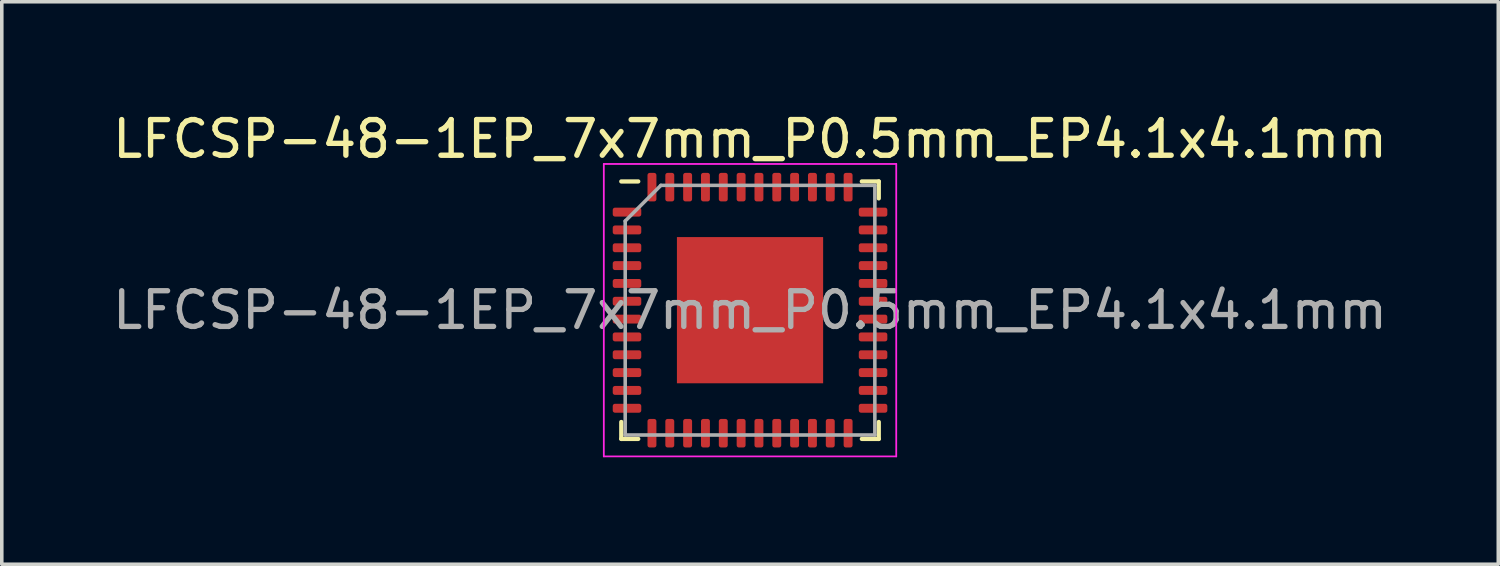
<source format=kicad_pcb>
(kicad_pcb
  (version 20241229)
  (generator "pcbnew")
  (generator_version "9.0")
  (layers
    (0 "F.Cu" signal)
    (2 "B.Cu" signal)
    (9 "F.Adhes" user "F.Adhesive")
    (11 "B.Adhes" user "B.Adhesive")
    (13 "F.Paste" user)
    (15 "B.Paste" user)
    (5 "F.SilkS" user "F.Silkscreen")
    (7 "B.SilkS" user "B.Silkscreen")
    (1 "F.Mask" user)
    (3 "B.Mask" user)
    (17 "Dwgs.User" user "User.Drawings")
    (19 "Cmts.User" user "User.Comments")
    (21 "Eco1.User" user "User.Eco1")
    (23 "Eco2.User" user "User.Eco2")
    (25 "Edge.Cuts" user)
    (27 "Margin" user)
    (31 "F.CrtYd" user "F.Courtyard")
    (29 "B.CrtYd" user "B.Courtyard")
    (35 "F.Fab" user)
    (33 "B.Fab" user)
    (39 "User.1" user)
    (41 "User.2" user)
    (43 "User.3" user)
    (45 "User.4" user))
  (footprint "LFCSP-48-1EP_7x7mm_P0.5mm_EP4.1x4.1mm"
    (layer "F.Cu")
    (at 17.982 5.648)
    (property "Reference" "LFCSP-48-1EP_7x7mm_P0.5mm_EP4.1x4.1mm" (at 0 -4.8 0) (layer "F.SilkS") (effects (font (size 1 1) (thickness 0.15))))
    (attr smd)
    (fp_line (start -3.61 3.61) (end -3.61 3.135) (stroke (width 0.12) (type solid)) (layer "F.SilkS"))
    (fp_line (start -3.135 -3.61) (end -3.61 -3.61) (stroke (width 0.12) (type solid)) (layer "F.SilkS"))
    (fp_line (start -3.135 3.61) (end -3.61 3.61) (stroke (width 0.12) (type solid)) (layer "F.SilkS"))
    (fp_line (start 3.135 -3.61) (end 3.61 -3.61) (stroke (width 0.12) (type solid)) (layer "F.SilkS"))
    (fp_line (start 3.135 3.61) (end 3.61 3.61) (stroke (width 0.12) (type solid)) (layer "F.SilkS"))
    (fp_line (start 3.61 -3.61) (end 3.61 -3.135) (stroke (width 0.12) (type solid)) (layer "F.SilkS"))
    (fp_line (start 3.61 3.61) (end 3.61 3.135) (stroke (width 0.12) (type solid)) (layer "F.SilkS"))
    (fp_line (start -4.1 -4.1) (end -4.1 4.1) (stroke (width 0.05) (type solid)) (layer "F.CrtYd"))
    (fp_line (start -4.1 4.1) (end 4.1 4.1) (stroke (width 0.05) (type solid)) (layer "F.CrtYd"))
    (fp_line (start 4.1 -4.1) (end -4.1 -4.1) (stroke (width 0.05) (type solid)) (layer "F.CrtYd"))
    (fp_line (start 4.1 4.1) (end 4.1 -4.1) (stroke (width 0.05) (type solid)) (layer "F.CrtYd"))
    (fp_line (start -3.5 -2.5) (end -2.5 -3.5) (stroke (width 0.1) (type solid)) (layer "F.Fab"))
    (fp_line (start -3.5 3.5) (end -3.5 -2.5) (stroke (width 0.1) (type solid)) (layer "F.Fab"))
    (fp_line (start -2.5 -3.5) (end 3.5 -3.5) (stroke (width 0.1) (type solid)) (layer "F.Fab"))
    (fp_line (start 3.5 -3.5) (end 3.5 3.5) (stroke (width 0.1) (type solid)) (layer "F.Fab"))
    (fp_line (start 3.5 3.5) (end -3.5 3.5) (stroke (width 0.1) (type solid)) (layer "F.Fab"))
    (fp_text user "${REFERENCE}" (at 0 0 0) (layer "F.Fab") (effects (font (size 1 1) (thickness 0.15))))
    (pad "" smd roundrect (at -1.37 -1.37) (size 1.1 1.1) (layers "F.Paste") (roundrect_rratio 0.227))
    (pad "" smd roundrect (at -1.37 0) (size 1.1 1.1) (layers "F.Paste") (roundrect_rratio 0.227))
    (pad "" smd roundrect (at -1.37 1.37) (size 1.1 1.1) (layers "F.Paste") (roundrect_rratio 0.227))
    (pad "" smd roundrect (at 0 -1.37) (size 1.1 1.1) (layers "F.Paste") (roundrect_rratio 0.227))
    (pad "" smd roundrect (at 0 0) (size 1.1 1.1) (layers "F.Paste") (roundrect_rratio 0.227))
    (pad "" smd roundrect (at 0 1.37) (size 1.1 1.1) (layers "F.Paste") (roundrect_rratio 0.227))
    (pad "" smd roundrect (at 1.37 -1.37) (size 1.1 1.1) (layers "F.Paste") (roundrect_rratio 0.227))
    (pad "" smd roundrect (at 1.37 0) (size 1.1 1.1) (layers "F.Paste") (roundrect_rratio 0.227))
    (pad "" smd roundrect (at 1.37 1.37) (size 1.1 1.1) (layers "F.Paste") (roundrect_rratio 0.227))
    (pad "1" smd roundrect (at -3.45 -2.75) (size 0.8 0.25) (layers "F.Cu" "F.Mask" "F.Paste") (roundrect_rratio 0.25))
    (pad "2" smd roundrect (at -3.45 -2.25) (size 0.8 0.25) (layers "F.Cu" "F.Mask" "F.Paste") (roundrect_rratio 0.25))
    (pad "3" smd roundrect (at -3.45 -1.75) (size 0.8 0.25) (layers "F.Cu" "F.Mask" "F.Paste") (roundrect_rratio 0.25))
    (pad "4" smd roundrect (at -3.45 -1.25) (size 0.8 0.25) (layers "F.Cu" "F.Mask" "F.Paste") (roundrect_rratio 0.25))
    (pad "5" smd roundrect (at -3.45 -0.75) (size 0.8 0.25) (layers "F.Cu" "F.Mask" "F.Paste") (roundrect_rratio 0.25))
    (pad "6" smd roundrect (at -3.45 -0.25) (size 0.8 0.25) (layers "F.Cu" "F.Mask" "F.Paste") (roundrect_rratio 0.25))
    (pad "7" smd roundrect (at -3.45 0.25) (size 0.8 0.25) (layers "F.Cu" "F.Mask" "F.Paste") (roundrect_rratio 0.25))
    (pad "8" smd roundrect (at -3.45 0.75) (size 0.8 0.25) (layers "F.Cu" "F.Mask" "F.Paste") (roundrect_rratio 0.25))
    (pad "9" smd roundrect (at -3.45 1.25) (size 0.8 0.25) (layers "F.Cu" "F.Mask" "F.Paste") (roundrect_rratio 0.25))
    (pad "10" smd roundrect (at -3.45 1.75) (size 0.8 0.25) (layers "F.Cu" "F.Mask" "F.Paste") (roundrect_rratio 0.25))
    (pad "11" smd roundrect (at -3.45 2.25) (size 0.8 0.25) (layers "F.Cu" "F.Mask" "F.Paste") (roundrect_rratio 0.25))
    (pad "12" smd roundrect (at -3.45 2.75) (size 0.8 0.25) (layers "F.Cu" "F.Mask" "F.Paste") (roundrect_rratio 0.25))
    (pad "13" smd roundrect (at -2.75 3.45) (size 0.25 0.8) (layers "F.Cu" "F.Mask" "F.Paste") (roundrect_rratio 0.25))
    (pad "14" smd roundrect (at -2.25 3.45) (size 0.25 0.8) (layers "F.Cu" "F.Mask" "F.Paste") (roundrect_rratio 0.25))
    (pad "15" smd roundrect (at -1.75 3.45) (size 0.25 0.8) (layers "F.Cu" "F.Mask" "F.Paste") (roundrect_rratio 0.25))
    (pad "16" smd roundrect (at -1.25 3.45) (size 0.25 0.8) (layers "F.Cu" "F.Mask" "F.Paste") (roundrect_rratio 0.25))
    (pad "17" smd roundrect (at -0.75 3.45) (size 0.25 0.8) (layers "F.Cu" "F.Mask" "F.Paste") (roundrect_rratio 0.25))
    (pad "18" smd roundrect (at -0.25 3.45) (size 0.25 0.8) (layers "F.Cu" "F.Mask" "F.Paste") (roundrect_rratio 0.25))
    (pad "19" smd roundrect (at 0.25 3.45) (size 0.25 0.8) (layers "F.Cu" "F.Mask" "F.Paste") (roundrect_rratio 0.25))
    (pad "20" smd roundrect (at 0.75 3.45) (size 0.25 0.8) (layers "F.Cu" "F.Mask" "F.Paste") (roundrect_rratio 0.25))
    (pad "21" smd roundrect (at 1.25 3.45) (size 0.25 0.8) (layers "F.Cu" "F.Mask" "F.Paste") (roundrect_rratio 0.25))
    (pad "22" smd roundrect (at 1.75 3.45) (size 0.25 0.8) (layers "F.Cu" "F.Mask" "F.Paste") (roundrect_rratio 0.25))
    (pad "23" smd roundrect (at 2.25 3.45) (size 0.25 0.8) (layers "F.Cu" "F.Mask" "F.Paste") (roundrect_rratio 0.25))
    (pad "24" smd roundrect (at 2.75 3.45) (size 0.25 0.8) (layers "F.Cu" "F.Mask" "F.Paste") (roundrect_rratio 0.25))
    (pad "25" smd roundrect (at 3.45 2.75) (size 0.8 0.25) (layers "F.Cu" "F.Mask" "F.Paste") (roundrect_rratio 0.25))
    (pad "26" smd roundrect (at 3.45 2.25) (size 0.8 0.25) (layers "F.Cu" "F.Mask" "F.Paste") (roundrect_rratio 0.25))
    (pad "27" smd roundrect (at 3.45 1.75) (size 0.8 0.25) (layers "F.Cu" "F.Mask" "F.Paste") (roundrect_rratio 0.25))
    (pad "28" smd roundrect (at 3.45 1.25) (size 0.8 0.25) (layers "F.Cu" "F.Mask" "F.Paste") (roundrect_rratio 0.25))
    (pad "29" smd roundrect (at 3.45 0.75) (size 0.8 0.25) (layers "F.Cu" "F.Mask" "F.Paste") (roundrect_rratio 0.25))
    (pad "30" smd roundrect (at 3.45 0.25) (size 0.8 0.25) (layers "F.Cu" "F.Mask" "F.Paste") (roundrect_rratio 0.25))
    (pad "31" smd roundrect (at 3.45 -0.25) (size 0.8 0.25) (layers "F.Cu" "F.Mask" "F.Paste") (roundrect_rratio 0.25))
    (pad "32" smd roundrect (at 3.45 -0.75) (size 0.8 0.25) (layers "F.Cu" "F.Mask" "F.Paste") (roundrect_rratio 0.25))
    (pad "33" smd roundrect (at 3.45 -1.25) (size 0.8 0.25) (layers "F.Cu" "F.Mask" "F.Paste") (roundrect_rratio 0.25))
    (pad "34" smd roundrect (at 3.45 -1.75) (size 0.8 0.25) (layers "F.Cu" "F.Mask" "F.Paste") (roundrect_rratio 0.25))
    (pad "35" smd roundrect (at 3.45 -2.25) (size 0.8 0.25) (layers "F.Cu" "F.Mask" "F.Paste") (roundrect_rratio 0.25))
    (pad "36" smd roundrect (at 3.45 -2.75) (size 0.8 0.25) (layers "F.Cu" "F.Mask" "F.Paste") (roundrect_rratio 0.25))
    (pad "37" smd roundrect (at 2.75 -3.45) (size 0.25 0.8) (layers "F.Cu" "F.Mask" "F.Paste") (roundrect_rratio 0.25))
    (pad "38" smd roundrect (at 2.25 -3.45) (size 0.25 0.8) (layers "F.Cu" "F.Mask" "F.Paste") (roundrect_rratio 0.25))
    (pad "39" smd roundrect (at 1.75 -3.45) (size 0.25 0.8) (layers "F.Cu" "F.Mask" "F.Paste") (roundrect_rratio 0.25))
    (pad "40" smd roundrect (at 1.25 -3.45) (size 0.25 0.8) (layers "F.Cu" "F.Mask" "F.Paste") (roundrect_rratio 0.25))
    (pad "41" smd roundrect (at 0.75 -3.45) (size 0.25 0.8) (layers "F.Cu" "F.Mask" "F.Paste") (roundrect_rratio 0.25))
    (pad "42" smd roundrect (at 0.25 -3.45) (size 0.25 0.8) (layers "F.Cu" "F.Mask" "F.Paste") (roundrect_rratio 0.25))
    (pad "43" smd roundrect (at -0.25 -3.45) (size 0.25 0.8) (layers "F.Cu" "F.Mask" "F.Paste") (roundrect_rratio 0.25))
    (pad "44" smd roundrect (at -0.75 -3.45) (size 0.25 0.8) (layers "F.Cu" "F.Mask" "F.Paste") (roundrect_rratio 0.25))
    (pad "45" smd roundrect (at -1.25 -3.45) (size 0.25 0.8) (layers "F.Cu" "F.Mask" "F.Paste") (roundrect_rratio 0.25))
    (pad "46" smd roundrect (at -1.75 -3.45) (size 0.25 0.8) (layers "F.Cu" "F.Mask" "F.Paste") (roundrect_rratio 0.25))
    (pad "47" smd roundrect (at -2.25 -3.45) (size 0.25 0.8) (layers "F.Cu" "F.Mask" "F.Paste") (roundrect_rratio 0.25))
    (pad "48" smd roundrect (at -2.75 -3.45) (size 0.25 0.8) (layers "F.Cu" "F.Mask" "F.Paste") (roundrect_rratio 0.25))
    (pad "49" smd rect (at 0 0) (size 4.1 4.1) (layers "F.Cu" "F.Mask")))
  (gr_rect
    (start -3 -3)
    (end 38.964 12.773)
    (stroke (width 0.1) (type default))
    (fill no)
    (layer "Edge.Cuts")))
</source>
